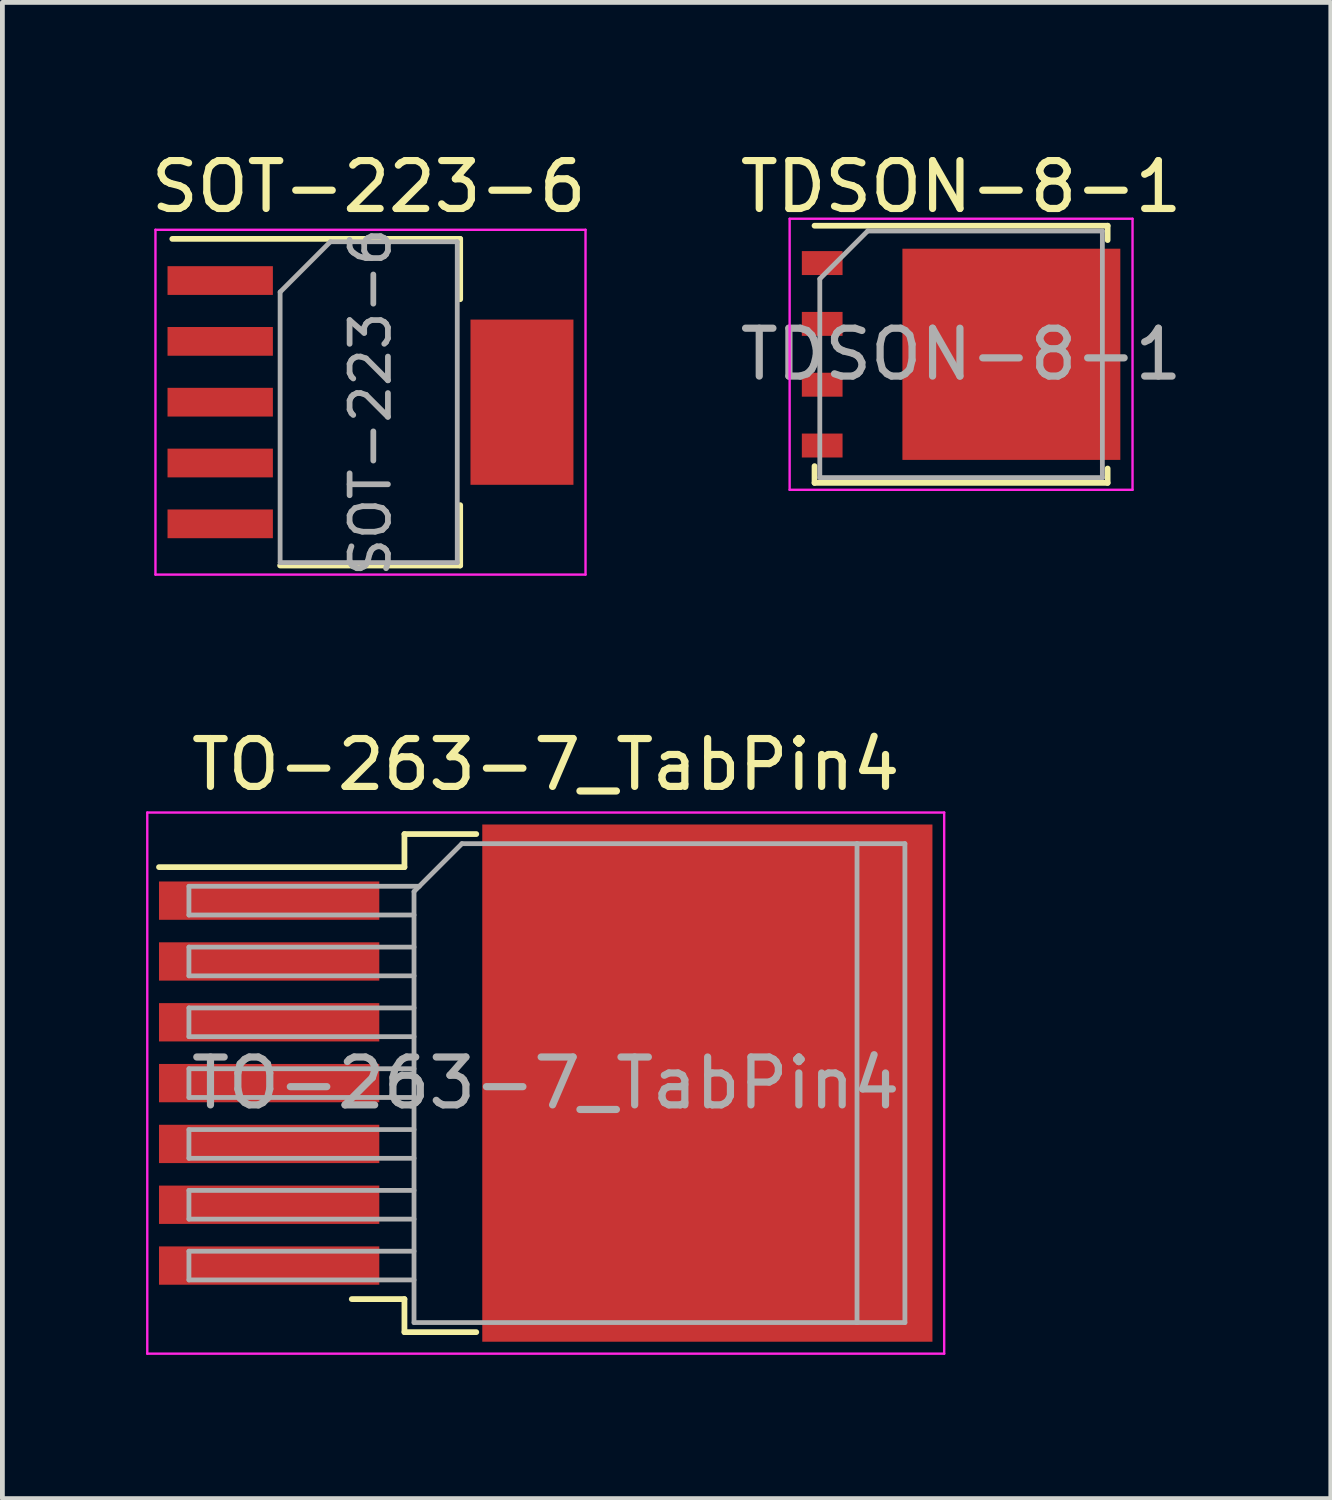
<source format=kicad_pcb>
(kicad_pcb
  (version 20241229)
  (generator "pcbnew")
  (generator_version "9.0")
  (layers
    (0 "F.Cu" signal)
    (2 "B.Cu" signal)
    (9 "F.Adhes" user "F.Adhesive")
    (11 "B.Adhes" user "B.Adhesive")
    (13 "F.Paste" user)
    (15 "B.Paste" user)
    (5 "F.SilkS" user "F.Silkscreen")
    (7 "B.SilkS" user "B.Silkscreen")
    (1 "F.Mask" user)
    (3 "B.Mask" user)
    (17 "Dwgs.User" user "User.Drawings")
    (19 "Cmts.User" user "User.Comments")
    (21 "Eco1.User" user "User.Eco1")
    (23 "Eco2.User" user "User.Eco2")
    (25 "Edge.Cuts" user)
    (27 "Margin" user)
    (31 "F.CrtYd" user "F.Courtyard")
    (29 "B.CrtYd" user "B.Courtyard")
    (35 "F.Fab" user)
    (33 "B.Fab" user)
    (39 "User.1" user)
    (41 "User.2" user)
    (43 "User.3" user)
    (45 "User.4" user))
  (footprint "SOT-223-6"
    (layer "F.Cu")
    (at 4.686 5.348)
    (property "Reference" "SOT-223-6" (at -0.037 -4.5 0) (layer "F.SilkS") (effects (font (size 1 1) (thickness 0.15))))
    (attr smd)
    (fp_line (start -4.138 -3.41) (end 1.873 -3.41) (stroke (width 0.12) (type solid)) (layer "F.SilkS"))
    (fp_line (start -1.887 3.41) (end 1.873 3.41) (stroke (width 0.12) (type solid)) (layer "F.SilkS"))
    (fp_line (start 1.873 -3.41) (end 1.873 -2.15) (stroke (width 0.12) (type solid)) (layer "F.SilkS"))
    (fp_line (start 1.873 3.41) (end 1.873 2.15) (stroke (width 0.12) (type solid)) (layer "F.SilkS"))
    (fp_line (start -4.49 -3.6) (end -4.49 3.6) (stroke (width 0.05) (type solid)) (layer "F.CrtYd"))
    (fp_line (start -4.49 -3.6) (end 4.49 -3.6) (stroke (width 0.05) (type solid)) (layer "F.CrtYd"))
    (fp_line (start 4.49 3.6) (end -4.49 3.6) (stroke (width 0.05) (type solid)) (layer "F.CrtYd"))
    (fp_line (start 4.49 3.6) (end 4.49 -3.6) (stroke (width 0.05) (type solid)) (layer "F.CrtYd"))
    (fp_line (start -1.887 -2.3) (end -1.887 3.35) (stroke (width 0.1) (type solid)) (layer "F.Fab"))
    (fp_line (start -1.887 -2.3) (end -0.838 -3.35) (stroke (width 0.1) (type solid)) (layer "F.Fab"))
    (fp_line (start -1.887 3.35) (end 1.812 3.35) (stroke (width 0.1) (type solid)) (layer "F.Fab"))
    (fp_line (start -0.838 -3.35) (end 1.812 -3.35) (stroke (width 0.1) (type solid)) (layer "F.Fab"))
    (fp_line (start 1.812 -3.35) (end 1.812 3.35) (stroke (width 0.1) (type solid)) (layer "F.Fab"))
    (fp_text user "${REFERENCE}" (at 0 0 90) (layer "F.Fab") (effects (font (size 0.8 0.8) (thickness 0.12))))
    (pad "1" smd rect (at -3.138 -2.54) (size 2.2 0.6) (layers "F.Cu" "F.Mask" "F.Paste"))
    (pad "2" smd rect (at -3.138 -1.27) (size 2.2 0.6) (layers "F.Cu" "F.Mask" "F.Paste"))
    (pad "3" smd rect (at -3.138 0) (size 2.2 0.6) (layers "F.Cu" "F.Mask" "F.Paste"))
    (pad "4" smd rect (at -3.138 1.27) (size 2.2 0.6) (layers "F.Cu" "F.Mask" "F.Paste"))
    (pad "5" smd rect (at -3.138 2.54) (size 2.2 0.6) (layers "F.Cu" "F.Mask" "F.Paste"))
    (pad "6" smd rect (at 3.163 0) (size 2.15 3.45) (layers "F.Cu" "F.Mask" "F.Paste")))
  (footprint "TDSON-8-1"
    (layer "F.Cu")
    (at 17.018 4.348)
    (property "Reference" "TDSON-8-1" (at 0 -3.5 0) (layer "F.SilkS") (effects (font (size 1 1) (thickness 0.15))))
    (attr smd)
    (fp_line (start -3.06 2.335) (end -3.06 2.685) (stroke (width 0.12) (type solid)) (layer "F.SilkS"))
    (fp_line (start 3.06 -2.685) (end -3.06 -2.685) (stroke (width 0.12) (type solid)) (layer "F.SilkS"))
    (fp_line (start 3.06 -2.385) (end 3.06 -2.685) (stroke (width 0.12) (type solid)) (layer "F.SilkS"))
    (fp_line (start 3.06 2.385) (end 3.06 2.685) (stroke (width 0.12) (type solid)) (layer "F.SilkS"))
    (fp_line (start 3.06 2.685) (end -3.06 2.685) (stroke (width 0.12) (type solid)) (layer "F.SilkS"))
    (fp_line (start -3.58 -2.83) (end -3.58 2.83) (stroke (width 0.05) (type solid)) (layer "F.CrtYd"))
    (fp_line (start -3.58 2.83) (end 3.58 2.83) (stroke (width 0.05) (type solid)) (layer "F.CrtYd"))
    (fp_line (start 3.58 -2.83) (end -3.58 -2.83) (stroke (width 0.05) (type solid)) (layer "F.CrtYd"))
    (fp_line (start 3.58 2.83) (end 3.58 -2.83) (stroke (width 0.05) (type solid)) (layer "F.CrtYd"))
    (fp_line (start -2.95 2.575) (end -2.95 -1.575) (stroke (width 0.1) (type solid)) (layer "F.Fab"))
    (fp_line (start -1.95 -2.575) (end -2.95 -1.575) (stroke (width 0.1) (type solid)) (layer "F.Fab"))
    (fp_line (start -1.95 -2.575) (end 2.95 -2.575) (stroke (width 0.1) (type solid)) (layer "F.Fab"))
    (fp_line (start 2.95 -2.575) (end 2.95 2.575) (stroke (width 0.1) (type solid)) (layer "F.Fab"))
    (fp_line (start 2.95 2.575) (end -2.95 2.575) (stroke (width 0.1) (type solid)) (layer "F.Fab"))
    (fp_text user "${REFERENCE}" (at 0 0 0) (layer "F.Fab") (effects (font (size 1 1) (thickness 0.15))))
    (pad "" smd rect (at -0.2 -0.85) (size 1.5 1.5) (layers "F.Paste"))
    (pad "" smd rect (at -0.2 0.85) (size 1.5 1.5) (layers "F.Paste"))
    (pad "" smd custom (at 0.65 0) (size 3.75 4.41) (layers "F.Mask") (options (anchor rect)) (primitives (gr_poly (pts (xy 1.875 -2.205) (xy 2.675 -2.205) (xy 2.675 -1.605) (xy 1.875 -1.605)) (width 0) (fill yes)) (gr_poly (pts (xy 1.875 -0.935) (xy 2.675 -0.935) (xy 2.675 -0.335) (xy 1.875 -0.335)) (width 0) (fill yes)) (gr_poly (pts (xy 1.875 0.335) (xy 2.675 0.335) (xy 2.675 0.935) (xy 1.875 0.935)) (width 0) (fill yes)) (gr_poly (pts (xy 1.875 1.605) (xy 2.675 1.605) (xy 2.675 2.205) (xy 1.875 2.205)) (width 0) (fill yes))))
    (pad "" smd rect (at 1.5 -0.85) (size 1.5 1.5) (layers "F.Paste"))
    (pad "" smd rect (at 1.5 0.85) (size 1.5 1.5) (layers "F.Paste"))
    (pad "" smd rect (at 2.905 -1.905) (size 0.75 0.5) (layers "F.Paste"))
    (pad "" smd rect (at 2.905 -0.635) (size 0.75 0.5) (layers "F.Paste"))
    (pad "" smd rect (at 2.905 0.635) (size 0.75 0.5) (layers "F.Paste"))
    (pad "" smd rect (at 2.905 1.905) (size 0.75 0.5) (layers "F.Paste"))
    (pad "1" smd rect (at -2.9 -1.905) (size 0.85 0.5) (layers "F.Cu" "F.Mask" "F.Paste"))
    (pad "2" smd rect (at -2.9 -0.635) (size 0.85 0.5) (layers "F.Cu" "F.Mask" "F.Paste"))
    (pad "3" smd rect (at -2.9 0.635) (size 0.85 0.5) (layers "F.Cu" "F.Mask" "F.Paste"))
    (pad "4" smd rect (at -2.9 1.905) (size 0.85 0.5) (layers "F.Cu" "F.Mask" "F.Paste"))
    (pad "5" smd rect (at 1.05 0) (size 4.55 4.41) (layers "F.Cu")))
  (footprint "TO-263-7_TabPin4"
    (layer "F.Cu")
    (at 8.345 19.566)
    (property "Reference" "TO-263-7_TabPin4" (at 0 -6.65 0) (layer "F.SilkS") (effects (font (size 1 1) (thickness 0.15))))
    (attr smd)
    (fp_line (start -2.95 -5.2) (end -2.95 -4.51) (stroke (width 0.12) (type solid)) (layer "F.SilkS"))
    (fp_line (start -2.95 -4.51) (end -8.075 -4.51) (stroke (width 0.12) (type solid)) (layer "F.SilkS"))
    (fp_line (start -2.95 4.51) (end -4.05 4.51) (stroke (width 0.12) (type solid)) (layer "F.SilkS"))
    (fp_line (start -2.95 5.2) (end -2.95 4.51) (stroke (width 0.12) (type solid)) (layer "F.SilkS"))
    (fp_line (start -1.45 -5.2) (end -2.95 -5.2) (stroke (width 0.12) (type solid)) (layer "F.SilkS"))
    (fp_line (start -1.45 5.2) (end -2.95 5.2) (stroke (width 0.12) (type solid)) (layer "F.SilkS"))
    (fp_line (start -8.32 -5.65) (end -8.32 5.65) (stroke (width 0.05) (type solid)) (layer "F.CrtYd"))
    (fp_line (start -8.32 5.65) (end 8.32 5.65) (stroke (width 0.05) (type solid)) (layer "F.CrtYd"))
    (fp_line (start 8.32 -5.65) (end -8.32 -5.65) (stroke (width 0.05) (type solid)) (layer "F.CrtYd"))
    (fp_line (start 8.32 5.65) (end 8.32 -5.65) (stroke (width 0.05) (type solid)) (layer "F.CrtYd"))
    (fp_line (start -7.45 -4.11) (end -7.45 -3.51) (stroke (width 0.1) (type solid)) (layer "F.Fab"))
    (fp_line (start -7.45 -3.51) (end -2.75 -3.51) (stroke (width 0.1) (type solid)) (layer "F.Fab"))
    (fp_line (start -7.45 -2.84) (end -7.45 -2.24) (stroke (width 0.1) (type solid)) (layer "F.Fab"))
    (fp_line (start -7.45 -2.24) (end -2.75 -2.24) (stroke (width 0.1) (type solid)) (layer "F.Fab"))
    (fp_line (start -7.45 -1.57) (end -7.45 -0.97) (stroke (width 0.1) (type solid)) (layer "F.Fab"))
    (fp_line (start -7.45 -0.97) (end -2.75 -0.97) (stroke (width 0.1) (type solid)) (layer "F.Fab"))
    (fp_line (start -7.45 -0.3) (end -7.45 0.3) (stroke (width 0.1) (type solid)) (layer "F.Fab"))
    (fp_line (start -7.45 0.3) (end -2.75 0.3) (stroke (width 0.1) (type solid)) (layer "F.Fab"))
    (fp_line (start -7.45 0.97) (end -7.45 1.57) (stroke (width 0.1) (type solid)) (layer "F.Fab"))
    (fp_line (start -7.45 1.57) (end -2.75 1.57) (stroke (width 0.1) (type solid)) (layer "F.Fab"))
    (fp_line (start -7.45 2.24) (end -7.45 2.84) (stroke (width 0.1) (type solid)) (layer "F.Fab"))
    (fp_line (start -7.45 2.84) (end -2.75 2.84) (stroke (width 0.1) (type solid)) (layer "F.Fab"))
    (fp_line (start -7.45 3.51) (end -7.45 4.11) (stroke (width 0.1) (type solid)) (layer "F.Fab"))
    (fp_line (start -7.45 4.11) (end -2.75 4.11) (stroke (width 0.1) (type solid)) (layer "F.Fab"))
    (fp_line (start -2.75 -4) (end -1.75 -5) (stroke (width 0.1) (type solid)) (layer "F.Fab"))
    (fp_line (start -2.75 -2.84) (end -7.45 -2.84) (stroke (width 0.1) (type solid)) (layer "F.Fab"))
    (fp_line (start -2.75 -1.57) (end -7.45 -1.57) (stroke (width 0.1) (type solid)) (layer "F.Fab"))
    (fp_line (start -2.75 -0.3) (end -7.45 -0.3) (stroke (width 0.1) (type solid)) (layer "F.Fab"))
    (fp_line (start -2.75 0.97) (end -7.45 0.97) (stroke (width 0.1) (type solid)) (layer "F.Fab"))
    (fp_line (start -2.75 2.24) (end -7.45 2.24) (stroke (width 0.1) (type solid)) (layer "F.Fab"))
    (fp_line (start -2.75 3.51) (end -7.45 3.51) (stroke (width 0.1) (type solid)) (layer "F.Fab"))
    (fp_line (start -2.75 5) (end -2.75 -4) (stroke (width 0.1) (type solid)) (layer "F.Fab"))
    (fp_line (start -2.64 -4.11) (end -7.45 -4.11) (stroke (width 0.1) (type solid)) (layer "F.Fab"))
    (fp_line (start -1.75 -5) (end 6.5 -5) (stroke (width 0.1) (type solid)) (layer "F.Fab"))
    (fp_line (start 6.5 -5) (end 6.5 5) (stroke (width 0.1) (type solid)) (layer "F.Fab"))
    (fp_line (start 6.5 -5) (end 7.5 -5) (stroke (width 0.1) (type solid)) (layer "F.Fab"))
    (fp_line (start 6.5 5) (end -2.75 5) (stroke (width 0.1) (type solid)) (layer "F.Fab"))
    (fp_line (start 7.5 -5) (end 7.5 5) (stroke (width 0.1) (type solid)) (layer "F.Fab"))
    (fp_line (start 7.5 5) (end 6.5 5) (stroke (width 0.1) (type solid)) (layer "F.Fab"))
    (fp_text user "${REFERENCE}" (at 0 0 0) (layer "F.Fab") (effects (font (size 1 1) (thickness 0.15))))
    (pad "" smd rect (at 0.95 -2.775) (size 4.55 5.25) (layers "F.Paste"))
    (pad "" smd rect (at 0.95 2.775) (size 4.55 5.25) (layers "F.Paste"))
    (pad "" smd rect (at 5.8 -2.775) (size 4.55 5.25) (layers "F.Paste"))
    (pad "" smd rect (at 5.8 2.775) (size 4.55 5.25) (layers "F.Paste"))
    (pad "1" smd rect (at -5.775 -3.81) (size 4.6 0.8) (layers "F.Cu" "F.Mask" "F.Paste"))
    (pad "2" smd rect (at -5.775 -2.54) (size 4.6 0.8) (layers "F.Cu" "F.Mask" "F.Paste"))
    (pad "3" smd rect (at -5.775 -1.27) (size 4.6 0.8) (layers "F.Cu" "F.Mask" "F.Paste"))
    (pad "4" smd rect (at -5.775 0) (size 4.6 0.8) (layers "F.Cu" "F.Mask" "F.Paste"))
    (pad "4" smd rect (at 3.375 0) (size 9.4 10.8) (layers "F.Cu" "F.Mask"))
    (pad "5" smd rect (at -5.775 1.27) (size 4.6 0.8) (layers "F.Cu" "F.Mask" "F.Paste"))
    (pad "6" smd rect (at -5.775 2.54) (size 4.6 0.8) (layers "F.Cu" "F.Mask" "F.Paste"))
    (pad "7" smd rect (at -5.775 3.81) (size 4.6 0.8) (layers "F.Cu" "F.Mask" "F.Paste")))
  (gr_rect
    (start -3 -3)
    (end 24.738 28.241)
    (stroke (width 0.1) (type default))
    (fill no)
    (layer "Edge.Cuts")))
</source>
